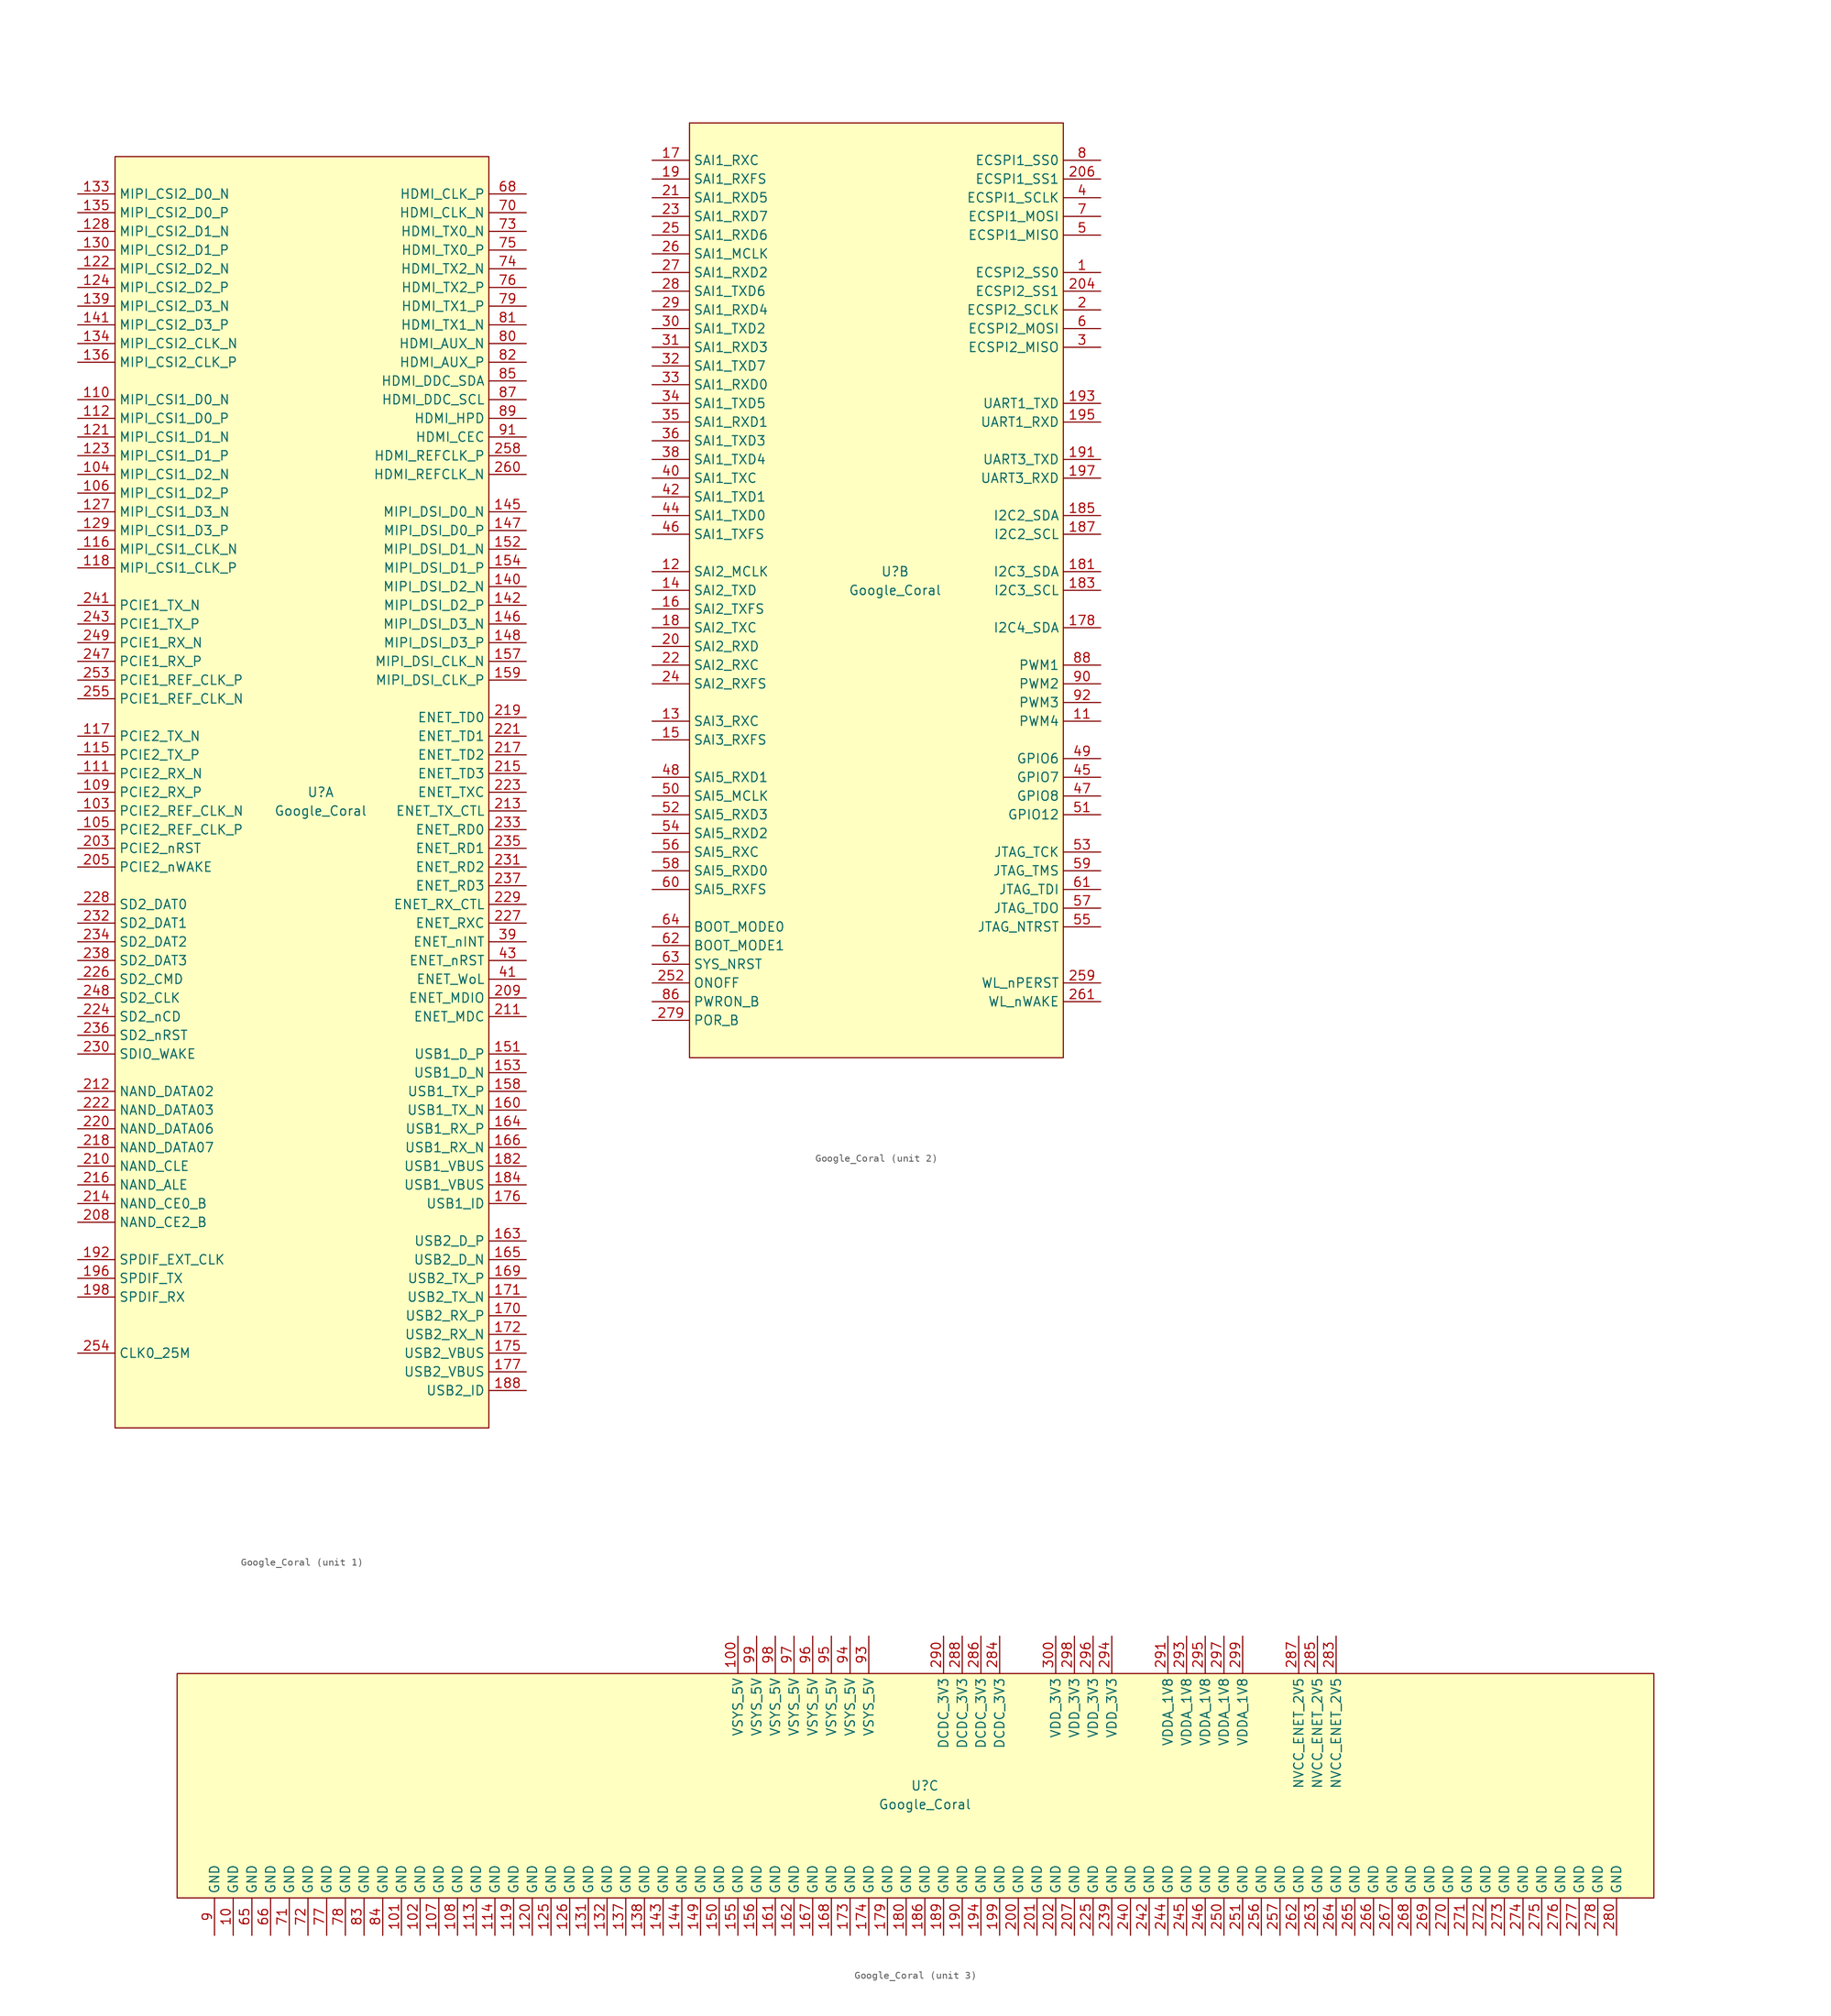
<source format=kicad_sym>
(kicad_symbol_lib
  (version 20211014)
  (generator kicad_symbol_editor)
  (symbol "Google_Coral"
    (property "Reference" "U"
      (at 2.54 0 0)
      (effects (font (size 1.27 1.27))))
    (property "Value" "Google_Coral"
      (at 2.54 -2.54 0)
      (effects (font (size 1.27 1.27))))
    (property "ki_locked" ""
      (at 0 0 0)
      (effects (font (size 1.27 1.27))))
    (symbol "Google_Coral_1_1"
      (rectangle (start -25.4 86.36) (end 25.4 -86.36) (stroke (width 0) (type default) (color 0 0 0 0)) (fill (type background)))
      (pin bidirectional line (at -30.48 -2.54 0) (length 5.08) (name "PCIE2_REF_CLK_N" (effects (font (size 1.27 1.27)))) (number "103" (effects (font (size 1.27 1.27)))))
      (pin bidirectional line (at -30.48 43.18 0) (length 5.08) (name "MIPI_CSI1_D2_N" (effects (font (size 1.27 1.27)))) (number "104" (effects (font (size 1.27 1.27)))))
      (pin bidirectional line (at -30.48 -5.08 0) (length 5.08) (name "PCIE2_REF_CLK_P" (effects (font (size 1.27 1.27)))) (number "105" (effects (font (size 1.27 1.27)))))
      (pin bidirectional line (at -30.48 40.64 0) (length 5.08) (name "MIPI_CSI1_D2_P" (effects (font (size 1.27 1.27)))) (number "106" (effects (font (size 1.27 1.27)))))
      (pin bidirectional line (at -30.48 0 0) (length 5.08) (name "PCIE2_RX_P" (effects (font (size 1.27 1.27)))) (number "109" (effects (font (size 1.27 1.27)))))
      (pin bidirectional line (at -30.48 53.34 0) (length 5.08) (name "MIPI_CSI1_D0_N" (effects (font (size 1.27 1.27)))) (number "110" (effects (font (size 1.27 1.27)))))
      (pin bidirectional line (at -30.48 2.54 0) (length 5.08) (name "PCIE2_RX_N" (effects (font (size 1.27 1.27)))) (number "111" (effects (font (size 1.27 1.27)))))
      (pin bidirectional line (at -30.48 50.8 0) (length 5.08) (name "MIPI_CSI1_D0_P" (effects (font (size 1.27 1.27)))) (number "112" (effects (font (size 1.27 1.27)))))
      (pin bidirectional line (at -30.48 5.08 0) (length 5.08) (name "PCIE2_TX_P" (effects (font (size 1.27 1.27)))) (number "115" (effects (font (size 1.27 1.27)))))
      (pin bidirectional line (at -30.48 33.02 0) (length 5.08) (name "MIPI_CSI1_CLK_N" (effects (font (size 1.27 1.27)))) (number "116" (effects (font (size 1.27 1.27)))))
      (pin bidirectional line (at -30.48 7.62 0) (length 5.08) (name "PCIE2_TX_N" (effects (font (size 1.27 1.27)))) (number "117" (effects (font (size 1.27 1.27)))))
      (pin bidirectional line (at -30.48 30.48 0) (length 5.08) (name "MIPI_CSI1_CLK_P" (effects (font (size 1.27 1.27)))) (number "118" (effects (font (size 1.27 1.27)))))
      (pin bidirectional line (at -30.48 48.26 0) (length 5.08) (name "MIPI_CSI1_D1_N" (effects (font (size 1.27 1.27)))) (number "121" (effects (font (size 1.27 1.27)))))
      (pin bidirectional line (at -30.48 71.12 0) (length 5.08) (name "MIPI_CSI2_D2_N" (effects (font (size 1.27 1.27)))) (number "122" (effects (font (size 1.27 1.27)))))
      (pin bidirectional line (at -30.48 45.72 0) (length 5.08) (name "MIPI_CSI1_D1_P" (effects (font (size 1.27 1.27)))) (number "123" (effects (font (size 1.27 1.27)))))
      (pin bidirectional line (at -30.48 68.58 0) (length 5.08) (name "MIPI_CSI2_D2_P" (effects (font (size 1.27 1.27)))) (number "124" (effects (font (size 1.27 1.27)))))
      (pin bidirectional line (at -30.48 38.1 0) (length 5.08) (name "MIPI_CSI1_D3_N" (effects (font (size 1.27 1.27)))) (number "127" (effects (font (size 1.27 1.27)))))
      (pin bidirectional line (at -30.48 76.2 0) (length 5.08) (name "MIPI_CSI2_D1_N" (effects (font (size 1.27 1.27)))) (number "128" (effects (font (size 1.27 1.27)))))
      (pin bidirectional line (at -30.48 35.56 0) (length 5.08) (name "MIPI_CSI1_D3_P" (effects (font (size 1.27 1.27)))) (number "129" (effects (font (size 1.27 1.27)))))
      (pin bidirectional line (at -30.48 73.66 0) (length 5.08) (name "MIPI_CSI2_D1_P" (effects (font (size 1.27 1.27)))) (number "130" (effects (font (size 1.27 1.27)))))
      (pin bidirectional line (at -30.48 81.28 0) (length 5.08) (name "MIPI_CSI2_D0_N" (effects (font (size 1.27 1.27)))) (number "133" (effects (font (size 1.27 1.27)))))
      (pin bidirectional line (at -30.48 60.96 0) (length 5.08) (name "MIPI_CSI2_CLK_N" (effects (font (size 1.27 1.27)))) (number "134" (effects (font (size 1.27 1.27)))))
      (pin bidirectional line (at -30.48 78.74 0) (length 5.08) (name "MIPI_CSI2_D0_P" (effects (font (size 1.27 1.27)))) (number "135" (effects (font (size 1.27 1.27)))))
      (pin bidirectional line (at -30.48 58.42 0) (length 5.08) (name "MIPI_CSI2_CLK_P" (effects (font (size 1.27 1.27)))) (number "136" (effects (font (size 1.27 1.27)))))
      (pin bidirectional line (at -30.48 66.04 0) (length 5.08) (name "MIPI_CSI2_D3_N" (effects (font (size 1.27 1.27)))) (number "139" (effects (font (size 1.27 1.27)))))
      (pin bidirectional line (at 30.48 27.94 180) (length 5.08) (name "MIPI_DSI_D2_N" (effects (font (size 1.27 1.27)))) (number "140" (effects (font (size 1.27 1.27)))))
      (pin bidirectional line (at -30.48 63.5 0) (length 5.08) (name "MIPI_CSI2_D3_P" (effects (font (size 1.27 1.27)))) (number "141" (effects (font (size 1.27 1.27)))))
      (pin bidirectional line (at 30.48 25.4 180) (length 5.08) (name "MIPI_DSI_D2_P" (effects (font (size 1.27 1.27)))) (number "142" (effects (font (size 1.27 1.27)))))
      (pin bidirectional line (at 30.48 38.1 180) (length 5.08) (name "MIPI_DSI_D0_N" (effects (font (size 1.27 1.27)))) (number "145" (effects (font (size 1.27 1.27)))))
      (pin bidirectional line (at 30.48 22.86 180) (length 5.08) (name "MIPI_DSI_D3_N" (effects (font (size 1.27 1.27)))) (number "146" (effects (font (size 1.27 1.27)))))
      (pin bidirectional line (at 30.48 35.56 180) (length 5.08) (name "MIPI_DSI_D0_P" (effects (font (size 1.27 1.27)))) (number "147" (effects (font (size 1.27 1.27)))))
      (pin bidirectional line (at 30.48 20.32 180) (length 5.08) (name "MIPI_DSI_D3_P" (effects (font (size 1.27 1.27)))) (number "148" (effects (font (size 1.27 1.27)))))
      (pin bidirectional line (at 30.48 -35.56 180) (length 5.08) (name "USB1_D_P" (effects (font (size 1.27 1.27)))) (number "151" (effects (font (size 1.27 1.27)))))
      (pin bidirectional line (at 30.48 33.02 180) (length 5.08) (name "MIPI_DSI_D1_N" (effects (font (size 1.27 1.27)))) (number "152" (effects (font (size 1.27 1.27)))))
      (pin bidirectional line (at 30.48 -38.1 180) (length 5.08) (name "USB1_D_N" (effects (font (size 1.27 1.27)))) (number "153" (effects (font (size 1.27 1.27)))))
      (pin bidirectional line (at 30.48 30.48 180) (length 5.08) (name "MIPI_DSI_D1_P" (effects (font (size 1.27 1.27)))) (number "154" (effects (font (size 1.27 1.27)))))
      (pin bidirectional line (at 30.48 17.78 180) (length 5.08) (name "MIPI_DSI_CLK_N" (effects (font (size 1.27 1.27)))) (number "157" (effects (font (size 1.27 1.27)))))
      (pin bidirectional line (at 30.48 -40.64 180) (length 5.08) (name "USB1_TX_P" (effects (font (size 1.27 1.27)))) (number "158" (effects (font (size 1.27 1.27)))))
      (pin bidirectional line (at 30.48 15.24 180) (length 5.08) (name "MIPI_DSI_CLK_P" (effects (font (size 1.27 1.27)))) (number "159" (effects (font (size 1.27 1.27)))))
      (pin bidirectional line (at 30.48 -43.18 180) (length 5.08) (name "USB1_TX_N" (effects (font (size 1.27 1.27)))) (number "160" (effects (font (size 1.27 1.27)))))
      (pin bidirectional line (at 30.48 -60.96 180) (length 5.08) (name "USB2_D_P" (effects (font (size 1.27 1.27)))) (number "163" (effects (font (size 1.27 1.27)))))
      (pin bidirectional line (at 30.48 -45.72 180) (length 5.08) (name "USB1_RX_P" (effects (font (size 1.27 1.27)))) (number "164" (effects (font (size 1.27 1.27)))))
      (pin bidirectional line (at 30.48 -63.5 180) (length 5.08) (name "USB2_D_N" (effects (font (size 1.27 1.27)))) (number "165" (effects (font (size 1.27 1.27)))))
      (pin bidirectional line (at 30.48 -48.26 180) (length 5.08) (name "USB1_RX_N" (effects (font (size 1.27 1.27)))) (number "166" (effects (font (size 1.27 1.27)))))
      (pin bidirectional line (at 30.48 -66.04 180) (length 5.08) (name "USB2_TX_P" (effects (font (size 1.27 1.27)))) (number "169" (effects (font (size 1.27 1.27)))))
      (pin bidirectional line (at 30.48 -71.12 180) (length 5.08) (name "USB2_RX_P" (effects (font (size 1.27 1.27)))) (number "170" (effects (font (size 1.27 1.27)))))
      (pin bidirectional line (at 30.48 -68.58 180) (length 5.08) (name "USB2_TX_N" (effects (font (size 1.27 1.27)))) (number "171" (effects (font (size 1.27 1.27)))))
      (pin bidirectional line (at 30.48 -73.66 180) (length 5.08) (name "USB2_RX_N" (effects (font (size 1.27 1.27)))) (number "172" (effects (font (size 1.27 1.27)))))
      (pin bidirectional line (at 30.48 -76.2 180) (length 5.08) (name "USB2_VBUS" (effects (font (size 1.27 1.27)))) (number "175" (effects (font (size 1.27 1.27)))))
      (pin bidirectional line (at 30.48 -55.88 180) (length 5.08) (name "USB1_ID" (effects (font (size 1.27 1.27)))) (number "176" (effects (font (size 1.27 1.27)))))
      (pin bidirectional line (at 30.48 -78.74 180) (length 5.08) (name "USB2_VBUS" (effects (font (size 1.27 1.27)))) (number "177" (effects (font (size 1.27 1.27)))))
      (pin bidirectional line (at 30.48 -50.8 180) (length 5.08) (name "USB1_VBUS" (effects (font (size 1.27 1.27)))) (number "182" (effects (font (size 1.27 1.27)))))
      (pin bidirectional line (at 30.48 -53.34 180) (length 5.08) (name "USB1_VBUS" (effects (font (size 1.27 1.27)))) (number "184" (effects (font (size 1.27 1.27)))))
      (pin bidirectional line (at 30.48 -81.28 180) (length 5.08) (name "USB2_ID" (effects (font (size 1.27 1.27)))) (number "188" (effects (font (size 1.27 1.27)))))
      (pin bidirectional line (at -30.48 -63.5 0) (length 5.08) (name "SPDIF_EXT_CLK" (effects (font (size 1.27 1.27)))) (number "192" (effects (font (size 1.27 1.27)))))
      (pin bidirectional line (at -30.48 -66.04 0) (length 5.08) (name "SPDIF_TX" (effects (font (size 1.27 1.27)))) (number "196" (effects (font (size 1.27 1.27)))))
      (pin bidirectional line (at -30.48 -68.58 0) (length 5.08) (name "SPDIF_RX" (effects (font (size 1.27 1.27)))) (number "198" (effects (font (size 1.27 1.27)))))
      (pin bidirectional line (at -30.48 -7.62 0) (length 5.08) (name "PCIE2_nRST" (effects (font (size 1.27 1.27)))) (number "203" (effects (font (size 1.27 1.27)))))
      (pin bidirectional line (at -30.48 -10.16 0) (length 5.08) (name "PCIE2_nWAKE" (effects (font (size 1.27 1.27)))) (number "205" (effects (font (size 1.27 1.27)))))
      (pin bidirectional line (at -30.48 -58.42 0) (length 5.08) (name "NAND_CE2_B" (effects (font (size 1.27 1.27)))) (number "208" (effects (font (size 1.27 1.27)))))
      (pin bidirectional line (at 30.48 -27.94 180) (length 5.08) (name "ENET_MDIO" (effects (font (size 1.27 1.27)))) (number "209" (effects (font (size 1.27 1.27)))))
      (pin bidirectional line (at -30.48 -50.8 0) (length 5.08) (name "NAND_CLE" (effects (font (size 1.27 1.27)))) (number "210" (effects (font (size 1.27 1.27)))))
      (pin bidirectional line (at 30.48 -30.48 180) (length 5.08) (name "ENET_MDC" (effects (font (size 1.27 1.27)))) (number "211" (effects (font (size 1.27 1.27)))))
      (pin bidirectional line (at -30.48 -40.64 0) (length 5.08) (name "NAND_DATA02" (effects (font (size 1.27 1.27)))) (number "212" (effects (font (size 1.27 1.27)))))
      (pin bidirectional line (at 30.48 -2.54 180) (length 5.08) (name "ENET_TX_CTL" (effects (font (size 1.27 1.27)))) (number "213" (effects (font (size 1.27 1.27)))))
      (pin bidirectional line (at -30.48 -55.88 0) (length 5.08) (name "NAND_CE0_B" (effects (font (size 1.27 1.27)))) (number "214" (effects (font (size 1.27 1.27)))))
      (pin bidirectional line (at 30.48 2.54 180) (length 5.08) (name "ENET_TD3" (effects (font (size 1.27 1.27)))) (number "215" (effects (font (size 1.27 1.27)))))
      (pin bidirectional line (at -30.48 -53.34 0) (length 5.08) (name "NAND_ALE" (effects (font (size 1.27 1.27)))) (number "216" (effects (font (size 1.27 1.27)))))
      (pin bidirectional line (at 30.48 5.08 180) (length 5.08) (name "ENET_TD2" (effects (font (size 1.27 1.27)))) (number "217" (effects (font (size 1.27 1.27)))))
      (pin bidirectional line (at -30.48 -48.26 0) (length 5.08) (name "NAND_DATA07" (effects (font (size 1.27 1.27)))) (number "218" (effects (font (size 1.27 1.27)))))
      (pin bidirectional line (at 30.48 10.16 180) (length 5.08) (name "ENET_TD0" (effects (font (size 1.27 1.27)))) (number "219" (effects (font (size 1.27 1.27)))))
      (pin bidirectional line (at -30.48 -45.72 0) (length 5.08) (name "NAND_DATA06" (effects (font (size 1.27 1.27)))) (number "220" (effects (font (size 1.27 1.27)))))
      (pin bidirectional line (at 30.48 7.62 180) (length 5.08) (name "ENET_TD1" (effects (font (size 1.27 1.27)))) (number "221" (effects (font (size 1.27 1.27)))))
      (pin bidirectional line (at -30.48 -43.18 0) (length 5.08) (name "NAND_DATA03" (effects (font (size 1.27 1.27)))) (number "222" (effects (font (size 1.27 1.27)))))
      (pin bidirectional line (at 30.48 0 180) (length 5.08) (name "ENET_TXC" (effects (font (size 1.27 1.27)))) (number "223" (effects (font (size 1.27 1.27)))))
      (pin bidirectional line (at -30.48 -30.48 0) (length 5.08) (name "SD2_nCD" (effects (font (size 1.27 1.27)))) (number "224" (effects (font (size 1.27 1.27)))))
      (pin bidirectional line (at -30.48 -25.4 0) (length 5.08) (name "SD2_CMD" (effects (font (size 1.27 1.27)))) (number "226" (effects (font (size 1.27 1.27)))))
      (pin bidirectional line (at 30.48 -17.78 180) (length 5.08) (name "ENET_RXC" (effects (font (size 1.27 1.27)))) (number "227" (effects (font (size 1.27 1.27)))))
      (pin bidirectional line (at -30.48 -15.24 0) (length 5.08) (name "SD2_DAT0" (effects (font (size 1.27 1.27)))) (number "228" (effects (font (size 1.27 1.27)))))
      (pin bidirectional line (at 30.48 -15.24 180) (length 5.08) (name "ENET_RX_CTL" (effects (font (size 1.27 1.27)))) (number "229" (effects (font (size 1.27 1.27)))))
      (pin bidirectional line (at -30.48 -35.56 0) (length 5.08) (name "SDIO_WAKE" (effects (font (size 1.27 1.27)))) (number "230" (effects (font (size 1.27 1.27)))))
      (pin bidirectional line (at 30.48 -10.16 180) (length 5.08) (name "ENET_RD2" (effects (font (size 1.27 1.27)))) (number "231" (effects (font (size 1.27 1.27)))))
      (pin bidirectional line (at -30.48 -17.78 0) (length 5.08) (name "SD2_DAT1" (effects (font (size 1.27 1.27)))) (number "232" (effects (font (size 1.27 1.27)))))
      (pin bidirectional line (at 30.48 -5.08 180) (length 5.08) (name "ENET_RD0" (effects (font (size 1.27 1.27)))) (number "233" (effects (font (size 1.27 1.27)))))
      (pin bidirectional line (at -30.48 -20.32 0) (length 5.08) (name "SD2_DAT2" (effects (font (size 1.27 1.27)))) (number "234" (effects (font (size 1.27 1.27)))))
      (pin bidirectional line (at 30.48 -7.62 180) (length 5.08) (name "ENET_RD1" (effects (font (size 1.27 1.27)))) (number "235" (effects (font (size 1.27 1.27)))))
      (pin bidirectional line (at -30.48 -33.02 0) (length 5.08) (name "SD2_nRST" (effects (font (size 1.27 1.27)))) (number "236" (effects (font (size 1.27 1.27)))))
      (pin bidirectional line (at 30.48 -12.7 180) (length 5.08) (name "ENET_RD3" (effects (font (size 1.27 1.27)))) (number "237" (effects (font (size 1.27 1.27)))))
      (pin bidirectional line (at -30.48 -22.86 0) (length 5.08) (name "SD2_DAT3" (effects (font (size 1.27 1.27)))) (number "238" (effects (font (size 1.27 1.27)))))
      (pin bidirectional line (at -30.48 25.4 0) (length 5.08) (name "PCIE1_TX_N" (effects (font (size 1.27 1.27)))) (number "241" (effects (font (size 1.27 1.27)))))
      (pin bidirectional line (at -30.48 22.86 0) (length 5.08) (name "PCIE1_TX_P" (effects (font (size 1.27 1.27)))) (number "243" (effects (font (size 1.27 1.27)))))
      (pin bidirectional line (at -30.48 17.78 0) (length 5.08) (name "PCIE1_RX_P" (effects (font (size 1.27 1.27)))) (number "247" (effects (font (size 1.27 1.27)))))
      (pin bidirectional line (at -30.48 -27.94 0) (length 5.08) (name "SD2_CLK" (effects (font (size 1.27 1.27)))) (number "248" (effects (font (size 1.27 1.27)))))
      (pin bidirectional line (at -30.48 20.32 0) (length 5.08) (name "PCIE1_RX_N" (effects (font (size 1.27 1.27)))) (number "249" (effects (font (size 1.27 1.27)))))
      (pin bidirectional line (at -30.48 15.24 0) (length 5.08) (name "PCIE1_REF_CLK_P" (effects (font (size 1.27 1.27)))) (number "253" (effects (font (size 1.27 1.27)))))
      (pin bidirectional line (at -30.48 -76.2 0) (length 5.08) (name "CLK0_25M" (effects (font (size 1.27 1.27)))) (number "254" (effects (font (size 1.27 1.27)))))
      (pin bidirectional line (at -30.48 12.7 0) (length 5.08) (name "PCIE1_REF_CLK_N" (effects (font (size 1.27 1.27)))) (number "255" (effects (font (size 1.27 1.27)))))
      (pin bidirectional line (at 30.48 45.72 180) (length 5.08) (name "HDMI_REFCLK_P" (effects (font (size 1.27 1.27)))) (number "258" (effects (font (size 1.27 1.27)))))
      (pin bidirectional line (at 30.48 43.18 180) (length 5.08) (name "HDMI_REFCLK_N" (effects (font (size 1.27 1.27)))) (number "260" (effects (font (size 1.27 1.27)))))
      (pin input line (at 30.48 -20.32 180) (length 5.08) (name "ENET_nINT" (effects (font (size 1.27 1.27)))) (number "39" (effects (font (size 1.27 1.27)))))
      (pin input line (at 30.48 -25.4 180) (length 5.08) (name "ENET_WoL" (effects (font (size 1.27 1.27)))) (number "41" (effects (font (size 1.27 1.27)))))
      (pin output line (at 30.48 -22.86 180) (length 5.08) (name "ENET_nRST" (effects (font (size 1.27 1.27)))) (number "43" (effects (font (size 1.27 1.27)))))
      (pin output line (at 30.48 81.28 180) (length 5.08) (name "HDMI_CLK_P" (effects (font (size 1.27 1.27)))) (number "68" (effects (font (size 1.27 1.27)))))
      (pin output line (at 30.48 78.74 180) (length 5.08) (name "HDMI_CLK_N" (effects (font (size 1.27 1.27)))) (number "70" (effects (font (size 1.27 1.27)))))
      (pin output line (at 30.48 76.2 180) (length 5.08) (name "HDMI_TX0_N" (effects (font (size 1.27 1.27)))) (number "73" (effects (font (size 1.27 1.27)))))
      (pin output line (at 30.48 71.12 180) (length 5.08) (name "HDMI_TX2_N" (effects (font (size 1.27 1.27)))) (number "74" (effects (font (size 1.27 1.27)))))
      (pin output line (at 30.48 73.66 180) (length 5.08) (name "HDMI_TX0_P" (effects (font (size 1.27 1.27)))) (number "75" (effects (font (size 1.27 1.27)))))
      (pin output line (at 30.48 68.58 180) (length 5.08) (name "HDMI_TX2_P" (effects (font (size 1.27 1.27)))) (number "76" (effects (font (size 1.27 1.27)))))
      (pin output line (at 30.48 66.04 180) (length 5.08) (name "HDMI_TX1_P" (effects (font (size 1.27 1.27)))) (number "79" (effects (font (size 1.27 1.27)))))
      (pin output line (at 30.48 60.96 180) (length 5.08) (name "HDMI_AUX_N" (effects (font (size 1.27 1.27)))) (number "80" (effects (font (size 1.27 1.27)))))
      (pin output line (at 30.48 63.5 180) (length 5.08) (name "HDMI_TX1_N" (effects (font (size 1.27 1.27)))) (number "81" (effects (font (size 1.27 1.27)))))
      (pin output line (at 30.48 58.42 180) (length 5.08) (name "HDMI_AUX_P" (effects (font (size 1.27 1.27)))) (number "82" (effects (font (size 1.27 1.27)))))
      (pin output line (at 30.48 55.88 180) (length 5.08) (name "HDMI_DDC_SDA" (effects (font (size 1.27 1.27)))) (number "85" (effects (font (size 1.27 1.27)))))
      (pin output line (at 30.48 53.34 180) (length 5.08) (name "HDMI_DDC_SCL" (effects (font (size 1.27 1.27)))) (number "87" (effects (font (size 1.27 1.27)))))
      (pin output line (at 30.48 50.8 180) (length 5.08) (name "HDMI_HPD" (effects (font (size 1.27 1.27)))) (number "89" (effects (font (size 1.27 1.27)))))
      (pin output line (at 30.48 48.26 180) (length 5.08) (name "HDMI_CEC" (effects (font (size 1.27 1.27)))) (number "91" (effects (font (size 1.27 1.27))))))
    (symbol "Google_Coral_2_1"
      (rectangle (start -25.4 60.96) (end 25.4 -66.04) (stroke (width 0) (type default) (color 0 0 0 0)) (fill (type background)))
      (pin bidirectional line (at 30.48 40.64 180) (length 5.08) (name "ECSPI2_SS0" (effects (font (size 1.27 1.27)))) (number "1" (effects (font (size 1.27 1.27)))))
      (pin output line (at 30.48 -20.32 180) (length 5.08) (name "PWM4" (effects (font (size 1.27 1.27)))) (number "11" (effects (font (size 1.27 1.27)))))
      (pin bidirectional line (at -30.48 0 0) (length 5.08) (name "SAI2_MCLK" (effects (font (size 1.27 1.27)))) (number "12" (effects (font (size 1.27 1.27)))))
      (pin bidirectional line (at -30.48 -20.32 0) (length 5.08) (name "SAI3_RXC" (effects (font (size 1.27 1.27)))) (number "13" (effects (font (size 1.27 1.27)))))
      (pin bidirectional line (at -30.48 -2.54 0) (length 5.08) (name "SAI2_TXD" (effects (font (size 1.27 1.27)))) (number "14" (effects (font (size 1.27 1.27)))))
      (pin bidirectional line (at -30.48 -22.86 0) (length 5.08) (name "SAI3_RXFS" (effects (font (size 1.27 1.27)))) (number "15" (effects (font (size 1.27 1.27)))))
      (pin bidirectional line (at -30.48 -5.08 0) (length 5.08) (name "SAI2_TXFS" (effects (font (size 1.27 1.27)))) (number "16" (effects (font (size 1.27 1.27)))))
      (pin bidirectional line (at -30.48 55.88 0) (length 5.08) (name "SAI1_RXC" (effects (font (size 1.27 1.27)))) (number "17" (effects (font (size 1.27 1.27)))))
      (pin bidirectional line (at 30.48 -7.62 180) (length 5.08) (name "I2C4_SDA" (effects (font (size 1.27 1.27)))) (number "178" (effects (font (size 1.27 1.27)))))
      (pin bidirectional line (at -30.48 -7.62 0) (length 5.08) (name "SAI2_TXC" (effects (font (size 1.27 1.27)))) (number "18" (effects (font (size 1.27 1.27)))))
      (pin bidirectional line (at 30.48 0 180) (length 5.08) (name "I2C3_SDA" (effects (font (size 1.27 1.27)))) (number "181" (effects (font (size 1.27 1.27)))))
      (pin bidirectional line (at 30.48 -2.54 180) (length 5.08) (name "I2C3_SCL" (effects (font (size 1.27 1.27)))) (number "183" (effects (font (size 1.27 1.27)))))
      (pin bidirectional line (at 30.48 7.62 180) (length 5.08) (name "I2C2_SDA" (effects (font (size 1.27 1.27)))) (number "185" (effects (font (size 1.27 1.27)))))
      (pin bidirectional line (at 30.48 5.08 180) (length 5.08) (name "I2C2_SCL" (effects (font (size 1.27 1.27)))) (number "187" (effects (font (size 1.27 1.27)))))
      (pin bidirectional line (at -30.48 53.34 0) (length 5.08) (name "SAI1_RXFS" (effects (font (size 1.27 1.27)))) (number "19" (effects (font (size 1.27 1.27)))))
      (pin bidirectional line (at 30.48 15.24 180) (length 5.08) (name "UART3_TXD" (effects (font (size 1.27 1.27)))) (number "191" (effects (font (size 1.27 1.27)))))
      (pin bidirectional line (at 30.48 22.86 180) (length 5.08) (name "UART1_TXD" (effects (font (size 1.27 1.27)))) (number "193" (effects (font (size 1.27 1.27)))))
      (pin bidirectional line (at 30.48 20.32 180) (length 5.08) (name "UART1_RXD" (effects (font (size 1.27 1.27)))) (number "195" (effects (font (size 1.27 1.27)))))
      (pin bidirectional line (at 30.48 12.7 180) (length 5.08) (name "UART3_RXD" (effects (font (size 1.27 1.27)))) (number "197" (effects (font (size 1.27 1.27)))))
      (pin bidirectional line (at 30.48 35.56 180) (length 5.08) (name "ECSPI2_SCLK" (effects (font (size 1.27 1.27)))) (number "2" (effects (font (size 1.27 1.27)))))
      (pin bidirectional line (at -30.48 -10.16 0) (length 5.08) (name "SAI2_RXD" (effects (font (size 1.27 1.27)))) (number "20" (effects (font (size 1.27 1.27)))))
      (pin bidirectional line (at 30.48 38.1 180) (length 5.08) (name "ECSPI2_SS1" (effects (font (size 1.27 1.27)))) (number "204" (effects (font (size 1.27 1.27)))))
      (pin bidirectional line (at 30.48 53.34 180) (length 5.08) (name "ECSPI1_SS1" (effects (font (size 1.27 1.27)))) (number "206" (effects (font (size 1.27 1.27)))))
      (pin bidirectional line (at -30.48 50.8 0) (length 5.08) (name "SAI1_RXD5" (effects (font (size 1.27 1.27)))) (number "21" (effects (font (size 1.27 1.27)))))
      (pin bidirectional line (at -30.48 -12.7 0) (length 5.08) (name "SAI2_RXC" (effects (font (size 1.27 1.27)))) (number "22" (effects (font (size 1.27 1.27)))))
      (pin bidirectional line (at -30.48 48.26 0) (length 5.08) (name "SAI1_RXD7" (effects (font (size 1.27 1.27)))) (number "23" (effects (font (size 1.27 1.27)))))
      (pin bidirectional line (at -30.48 -15.24 0) (length 5.08) (name "SAI2_RXFS" (effects (font (size 1.27 1.27)))) (number "24" (effects (font (size 1.27 1.27)))))
      (pin bidirectional line (at -30.48 45.72 0) (length 5.08) (name "SAI1_RXD6" (effects (font (size 1.27 1.27)))) (number "25" (effects (font (size 1.27 1.27)))))
      (pin bidirectional line (at -30.48 -55.88 0) (length 5.08) (name "ONOFF" (effects (font (size 1.27 1.27)))) (number "252" (effects (font (size 1.27 1.27)))))
      (pin bidirectional line (at 30.48 -55.88 180) (length 5.08) (name "WL_nPERST" (effects (font (size 1.27 1.27)))) (number "259" (effects (font (size 1.27 1.27)))))
      (pin bidirectional line (at -30.48 43.18 0) (length 5.08) (name "SAI1_MCLK" (effects (font (size 1.27 1.27)))) (number "26" (effects (font (size 1.27 1.27)))))
      (pin bidirectional line (at 30.48 -58.42 180) (length 5.08) (name "WL_nWAKE" (effects (font (size 1.27 1.27)))) (number "261" (effects (font (size 1.27 1.27)))))
      (pin bidirectional line (at -30.48 40.64 0) (length 5.08) (name "SAI1_RXD2" (effects (font (size 1.27 1.27)))) (number "27" (effects (font (size 1.27 1.27)))))
      (pin bidirectional line (at -30.48 -60.96 0) (length 5.08) (name "POR_B" (effects (font (size 1.27 1.27)))) (number "279" (effects (font (size 1.27 1.27)))))
      (pin bidirectional line (at -30.48 38.1 0) (length 5.08) (name "SAI1_TXD6" (effects (font (size 1.27 1.27)))) (number "28" (effects (font (size 1.27 1.27)))))
      (pin bidirectional line (at -30.48 35.56 0) (length 5.08) (name "SAI1_RXD4" (effects (font (size 1.27 1.27)))) (number "29" (effects (font (size 1.27 1.27)))))
      (pin bidirectional line (at 30.48 30.48 180) (length 5.08) (name "ECSPI2_MISO" (effects (font (size 1.27 1.27)))) (number "3" (effects (font (size 1.27 1.27)))))
      (pin bidirectional line (at -30.48 33.02 0) (length 5.08) (name "SAI1_TXD2" (effects (font (size 1.27 1.27)))) (number "30" (effects (font (size 1.27 1.27)))))
      (pin bidirectional line (at -30.48 30.48 0) (length 5.08) (name "SAI1_RXD3" (effects (font (size 1.27 1.27)))) (number "31" (effects (font (size 1.27 1.27)))))
      (pin bidirectional line (at -30.48 27.94 0) (length 5.08) (name "SAI1_TXD7" (effects (font (size 1.27 1.27)))) (number "32" (effects (font (size 1.27 1.27)))))
      (pin bidirectional line (at -30.48 25.4 0) (length 5.08) (name "SAI1_RXD0" (effects (font (size 1.27 1.27)))) (number "33" (effects (font (size 1.27 1.27)))))
      (pin bidirectional line (at -30.48 22.86 0) (length 5.08) (name "SAI1_TXD5" (effects (font (size 1.27 1.27)))) (number "34" (effects (font (size 1.27 1.27)))))
      (pin bidirectional line (at -30.48 20.32 0) (length 5.08) (name "SAI1_RXD1" (effects (font (size 1.27 1.27)))) (number "35" (effects (font (size 1.27 1.27)))))
      (pin bidirectional line (at -30.48 17.78 0) (length 5.08) (name "SAI1_TXD3" (effects (font (size 1.27 1.27)))) (number "36" (effects (font (size 1.27 1.27)))))
      (pin bidirectional line (at -30.48 15.24 0) (length 5.08) (name "SAI1_TXD4" (effects (font (size 1.27 1.27)))) (number "38" (effects (font (size 1.27 1.27)))))
      (pin bidirectional line (at 30.48 50.8 180) (length 5.08) (name "ECSPI1_SCLK" (effects (font (size 1.27 1.27)))) (number "4" (effects (font (size 1.27 1.27)))))
      (pin bidirectional line (at -30.48 12.7 0) (length 5.08) (name "SAI1_TXC" (effects (font (size 1.27 1.27)))) (number "40" (effects (font (size 1.27 1.27)))))
      (pin bidirectional line (at -30.48 10.16 0) (length 5.08) (name "SAI1_TXD1" (effects (font (size 1.27 1.27)))) (number "42" (effects (font (size 1.27 1.27)))))
      (pin bidirectional line (at -30.48 7.62 0) (length 5.08) (name "SAI1_TXD0" (effects (font (size 1.27 1.27)))) (number "44" (effects (font (size 1.27 1.27)))))
      (pin bidirectional line (at 30.48 -27.94 180) (length 5.08) (name "GPIO7" (effects (font (size 1.27 1.27)))) (number "45" (effects (font (size 1.27 1.27)))))
      (pin bidirectional line (at -30.48 5.08 0) (length 5.08) (name "SAI1_TXFS" (effects (font (size 1.27 1.27)))) (number "46" (effects (font (size 1.27 1.27)))))
      (pin bidirectional line (at 30.48 -30.48 180) (length 5.08) (name "GPIO8" (effects (font (size 1.27 1.27)))) (number "47" (effects (font (size 1.27 1.27)))))
      (pin bidirectional line (at -30.48 -27.94 0) (length 5.08) (name "SAI5_RXD1" (effects (font (size 1.27 1.27)))) (number "48" (effects (font (size 1.27 1.27)))))
      (pin bidirectional line (at 30.48 -25.4 180) (length 5.08) (name "GPIO6" (effects (font (size 1.27 1.27)))) (number "49" (effects (font (size 1.27 1.27)))))
      (pin bidirectional line (at 30.48 45.72 180) (length 5.08) (name "ECSPI1_MISO" (effects (font (size 1.27 1.27)))) (number "5" (effects (font (size 1.27 1.27)))))
      (pin bidirectional line (at -30.48 -30.48 0) (length 5.08) (name "SAI5_MCLK" (effects (font (size 1.27 1.27)))) (number "50" (effects (font (size 1.27 1.27)))))
      (pin bidirectional line (at 30.48 -33.02 180) (length 5.08) (name "GPIO12" (effects (font (size 1.27 1.27)))) (number "51" (effects (font (size 1.27 1.27)))))
      (pin bidirectional line (at -30.48 -33.02 0) (length 5.08) (name "SAI5_RXD3" (effects (font (size 1.27 1.27)))) (number "52" (effects (font (size 1.27 1.27)))))
      (pin input line (at 30.48 -38.1 180) (length 5.08) (name "JTAG_TCK" (effects (font (size 1.27 1.27)))) (number "53" (effects (font (size 1.27 1.27)))))
      (pin bidirectional line (at -30.48 -35.56 0) (length 5.08) (name "SAI5_RXD2" (effects (font (size 1.27 1.27)))) (number "54" (effects (font (size 1.27 1.27)))))
      (pin input line (at 30.48 -48.26 180) (length 5.08) (name "JTAG_NTRST" (effects (font (size 1.27 1.27)))) (number "55" (effects (font (size 1.27 1.27)))))
      (pin bidirectional line (at -30.48 -38.1 0) (length 5.08) (name "SAI5_RXC" (effects (font (size 1.27 1.27)))) (number "56" (effects (font (size 1.27 1.27)))))
      (pin output line (at 30.48 -45.72 180) (length 5.08) (name "JTAG_TDO" (effects (font (size 1.27 1.27)))) (number "57" (effects (font (size 1.27 1.27)))))
      (pin bidirectional line (at -30.48 -40.64 0) (length 5.08) (name "SAI5_RXD0" (effects (font (size 1.27 1.27)))) (number "58" (effects (font (size 1.27 1.27)))))
      (pin input line (at 30.48 -40.64 180) (length 5.08) (name "JTAG_TMS" (effects (font (size 1.27 1.27)))) (number "59" (effects (font (size 1.27 1.27)))))
      (pin bidirectional line (at 30.48 33.02 180) (length 5.08) (name "ECSPI2_MOSI" (effects (font (size 1.27 1.27)))) (number "6" (effects (font (size 1.27 1.27)))))
      (pin bidirectional line (at -30.48 -43.18 0) (length 5.08) (name "SAI5_RXFS" (effects (font (size 1.27 1.27)))) (number "60" (effects (font (size 1.27 1.27)))))
      (pin input line (at 30.48 -43.18 180) (length 5.08) (name "JTAG_TDI" (effects (font (size 1.27 1.27)))) (number "61" (effects (font (size 1.27 1.27)))))
      (pin input line (at -30.48 -50.8 0) (length 5.08) (name "BOOT_MODE1" (effects (font (size 1.27 1.27)))) (number "62" (effects (font (size 1.27 1.27)))))
      (pin input line (at -30.48 -53.34 0) (length 5.08) (name "SYS_NRST" (effects (font (size 1.27 1.27)))) (number "63" (effects (font (size 1.27 1.27)))))
      (pin input line (at -30.48 -48.26 0) (length 5.08) (name "BOOT_MODE0" (effects (font (size 1.27 1.27)))) (number "64" (effects (font (size 1.27 1.27)))))
      (pin bidirectional line (at 30.48 48.26 180) (length 5.08) (name "ECSPI1_MOSI" (effects (font (size 1.27 1.27)))) (number "7" (effects (font (size 1.27 1.27)))))
      (pin bidirectional line (at 30.48 55.88 180) (length 5.08) (name "ECSPI1_SS0" (effects (font (size 1.27 1.27)))) (number "8" (effects (font (size 1.27 1.27)))))
      (pin bidirectional line (at -30.48 -58.42 0) (length 5.08) (name "PWRON_B" (effects (font (size 1.27 1.27)))) (number "86" (effects (font (size 1.27 1.27)))))
      (pin output line (at 30.48 -12.7 180) (length 5.08) (name "PWM1" (effects (font (size 1.27 1.27)))) (number "88" (effects (font (size 1.27 1.27)))))
      (pin output line (at 30.48 -15.24 180) (length 5.08) (name "PWM2" (effects (font (size 1.27 1.27)))) (number "90" (effects (font (size 1.27 1.27)))))
      (pin output line (at 30.48 -17.78 180) (length 5.08) (name "PWM3" (effects (font (size 1.27 1.27)))) (number "92" (effects (font (size 1.27 1.27))))))
    (symbol "Google_Coral_3_1"
      (rectangle (start -99.06 15.24) (end 101.6 -15.24) (stroke (width 0) (type default) (color 0 0 0 0)) (fill (type background)))
      (pin power_in line (at -91.44 -20.32 90) (length 5.08) (name "GND" (effects (font (size 1.27 1.27)))) (number "10" (effects (font (size 1.27 1.27)))))
      (pin power_in line (at -22.86 20.32 270) (length 5.08) (name "VSYS_5V" (effects (font (size 1.27 1.27)))) (number "100" (effects (font (size 1.27 1.27)))))
      (pin power_in line (at -68.58 -20.32 90) (length 5.08) (name "GND" (effects (font (size 1.27 1.27)))) (number "101" (effects (font (size 1.27 1.27)))))
      (pin power_in line (at -66.04 -20.32 90) (length 5.08) (name "GND" (effects (font (size 1.27 1.27)))) (number "102" (effects (font (size 1.27 1.27)))))
      (pin power_in line (at -63.5 -20.32 90) (length 5.08) (name "GND" (effects (font (size 1.27 1.27)))) (number "107" (effects (font (size 1.27 1.27)))))
      (pin power_in line (at -60.96 -20.32 90) (length 5.08) (name "GND" (effects (font (size 1.27 1.27)))) (number "108" (effects (font (size 1.27 1.27)))))
      (pin power_in line (at -58.42 -20.32 90) (length 5.08) (name "GND" (effects (font (size 1.27 1.27)))) (number "113" (effects (font (size 1.27 1.27)))))
      (pin power_in line (at -55.88 -20.32 90) (length 5.08) (name "GND" (effects (font (size 1.27 1.27)))) (number "114" (effects (font (size 1.27 1.27)))))
      (pin power_in line (at -53.34 -20.32 90) (length 5.08) (name "GND" (effects (font (size 1.27 1.27)))) (number "119" (effects (font (size 1.27 1.27)))))
      (pin power_in line (at -50.8 -20.32 90) (length 5.08) (name "GND" (effects (font (size 1.27 1.27)))) (number "120" (effects (font (size 1.27 1.27)))))
      (pin power_in line (at -48.26 -20.32 90) (length 5.08) (name "GND" (effects (font (size 1.27 1.27)))) (number "125" (effects (font (size 1.27 1.27)))))
      (pin power_in line (at -45.72 -20.32 90) (length 5.08) (name "GND" (effects (font (size 1.27 1.27)))) (number "126" (effects (font (size 1.27 1.27)))))
      (pin power_in line (at -43.18 -20.32 90) (length 5.08) (name "GND" (effects (font (size 1.27 1.27)))) (number "131" (effects (font (size 1.27 1.27)))))
      (pin power_in line (at -40.64 -20.32 90) (length 5.08) (name "GND" (effects (font (size 1.27 1.27)))) (number "132" (effects (font (size 1.27 1.27)))))
      (pin power_in line (at -38.1 -20.32 90) (length 5.08) (name "GND" (effects (font (size 1.27 1.27)))) (number "137" (effects (font (size 1.27 1.27)))))
      (pin power_in line (at -35.56 -20.32 90) (length 5.08) (name "GND" (effects (font (size 1.27 1.27)))) (number "138" (effects (font (size 1.27 1.27)))))
      (pin power_in line (at -33.02 -20.32 90) (length 5.08) (name "GND" (effects (font (size 1.27 1.27)))) (number "143" (effects (font (size 1.27 1.27)))))
      (pin power_in line (at -30.48 -20.32 90) (length 5.08) (name "GND" (effects (font (size 1.27 1.27)))) (number "144" (effects (font (size 1.27 1.27)))))
      (pin power_in line (at -27.94 -20.32 90) (length 5.08) (name "GND" (effects (font (size 1.27 1.27)))) (number "149" (effects (font (size 1.27 1.27)))))
      (pin power_in line (at -25.4 -20.32 90) (length 5.08) (name "GND" (effects (font (size 1.27 1.27)))) (number "150" (effects (font (size 1.27 1.27)))))
      (pin power_in line (at -22.86 -20.32 90) (length 5.08) (name "GND" (effects (font (size 1.27 1.27)))) (number "155" (effects (font (size 1.27 1.27)))))
      (pin power_in line (at -20.32 -20.32 90) (length 5.08) (name "GND" (effects (font (size 1.27 1.27)))) (number "156" (effects (font (size 1.27 1.27)))))
      (pin power_in line (at -17.78 -20.32 90) (length 5.08) (name "GND" (effects (font (size 1.27 1.27)))) (number "161" (effects (font (size 1.27 1.27)))))
      (pin power_in line (at -15.24 -20.32 90) (length 5.08) (name "GND" (effects (font (size 1.27 1.27)))) (number "162" (effects (font (size 1.27 1.27)))))
      (pin power_in line (at -12.7 -20.32 90) (length 5.08) (name "GND" (effects (font (size 1.27 1.27)))) (number "167" (effects (font (size 1.27 1.27)))))
      (pin power_in line (at -10.16 -20.32 90) (length 5.08) (name "GND" (effects (font (size 1.27 1.27)))) (number "168" (effects (font (size 1.27 1.27)))))
      (pin power_in line (at -7.62 -20.32 90) (length 5.08) (name "GND" (effects (font (size 1.27 1.27)))) (number "173" (effects (font (size 1.27 1.27)))))
      (pin power_in line (at -5.08 -20.32 90) (length 5.08) (name "GND" (effects (font (size 1.27 1.27)))) (number "174" (effects (font (size 1.27 1.27)))))
      (pin power_in line (at -2.54 -20.32 90) (length 5.08) (name "GND" (effects (font (size 1.27 1.27)))) (number "179" (effects (font (size 1.27 1.27)))))
      (pin power_in line (at 0 -20.32 90) (length 5.08) (name "GND" (effects (font (size 1.27 1.27)))) (number "180" (effects (font (size 1.27 1.27)))))
      (pin power_in line (at 2.54 -20.32 90) (length 5.08) (name "GND" (effects (font (size 1.27 1.27)))) (number "186" (effects (font (size 1.27 1.27)))))
      (pin power_in line (at 5.08 -20.32 90) (length 5.08) (name "GND" (effects (font (size 1.27 1.27)))) (number "189" (effects (font (size 1.27 1.27)))))
      (pin power_in line (at 7.62 -20.32 90) (length 5.08) (name "GND" (effects (font (size 1.27 1.27)))) (number "190" (effects (font (size 1.27 1.27)))))
      (pin power_in line (at 10.16 -20.32 90) (length 5.08) (name "GND" (effects (font (size 1.27 1.27)))) (number "194" (effects (font (size 1.27 1.27)))))
      (pin power_in line (at 12.7 -20.32 90) (length 5.08) (name "GND" (effects (font (size 1.27 1.27)))) (number "199" (effects (font (size 1.27 1.27)))))
      (pin power_in line (at 15.24 -20.32 90) (length 5.08) (name "GND" (effects (font (size 1.27 1.27)))) (number "200" (effects (font (size 1.27 1.27)))))
      (pin power_in line (at 17.78 -20.32 90) (length 5.08) (name "GND" (effects (font (size 1.27 1.27)))) (number "201" (effects (font (size 1.27 1.27)))))
      (pin power_in line (at 20.32 -20.32 90) (length 5.08) (name "GND" (effects (font (size 1.27 1.27)))) (number "202" (effects (font (size 1.27 1.27)))))
      (pin power_in line (at 22.86 -20.32 90) (length 5.08) (name "GND" (effects (font (size 1.27 1.27)))) (number "207" (effects (font (size 1.27 1.27)))))
      (pin power_in line (at 25.4 -20.32 90) (length 5.08) (name "GND" (effects (font (size 1.27 1.27)))) (number "225" (effects (font (size 1.27 1.27)))))
      (pin power_in line (at 27.94 -20.32 90) (length 5.08) (name "GND" (effects (font (size 1.27 1.27)))) (number "239" (effects (font (size 1.27 1.27)))))
      (pin power_in line (at 30.48 -20.32 90) (length 5.08) (name "GND" (effects (font (size 1.27 1.27)))) (number "240" (effects (font (size 1.27 1.27)))))
      (pin power_in line (at 33.02 -20.32 90) (length 5.08) (name "GND" (effects (font (size 1.27 1.27)))) (number "242" (effects (font (size 1.27 1.27)))))
      (pin power_in line (at 35.56 -20.32 90) (length 5.08) (name "GND" (effects (font (size 1.27 1.27)))) (number "244" (effects (font (size 1.27 1.27)))))
      (pin power_in line (at 38.1 -20.32 90) (length 5.08) (name "GND" (effects (font (size 1.27 1.27)))) (number "245" (effects (font (size 1.27 1.27)))))
      (pin power_in line (at 40.64 -20.32 90) (length 5.08) (name "GND" (effects (font (size 1.27 1.27)))) (number "246" (effects (font (size 1.27 1.27)))))
      (pin power_in line (at 43.18 -20.32 90) (length 5.08) (name "GND" (effects (font (size 1.27 1.27)))) (number "250" (effects (font (size 1.27 1.27)))))
      (pin power_in line (at 45.72 -20.32 90) (length 5.08) (name "GND" (effects (font (size 1.27 1.27)))) (number "251" (effects (font (size 1.27 1.27)))))
      (pin power_in line (at 48.26 -20.32 90) (length 5.08) (name "GND" (effects (font (size 1.27 1.27)))) (number "256" (effects (font (size 1.27 1.27)))))
      (pin power_in line (at 50.8 -20.32 90) (length 5.08) (name "GND" (effects (font (size 1.27 1.27)))) (number "257" (effects (font (size 1.27 1.27)))))
      (pin power_in line (at 53.34 -20.32 90) (length 5.08) (name "GND" (effects (font (size 1.27 1.27)))) (number "262" (effects (font (size 1.27 1.27)))))
      (pin power_in line (at 55.88 -20.32 90) (length 5.08) (name "GND" (effects (font (size 1.27 1.27)))) (number "263" (effects (font (size 1.27 1.27)))))
      (pin power_in line (at 58.42 -20.32 90) (length 5.08) (name "GND" (effects (font (size 1.27 1.27)))) (number "264" (effects (font (size 1.27 1.27)))))
      (pin power_in line (at 60.96 -20.32 90) (length 5.08) (name "GND" (effects (font (size 1.27 1.27)))) (number "265" (effects (font (size 1.27 1.27)))))
      (pin power_in line (at 63.5 -20.32 90) (length 5.08) (name "GND" (effects (font (size 1.27 1.27)))) (number "266" (effects (font (size 1.27 1.27)))))
      (pin power_in line (at 66.04 -20.32 90) (length 5.08) (name "GND" (effects (font (size 1.27 1.27)))) (number "267" (effects (font (size 1.27 1.27)))))
      (pin power_in line (at 68.58 -20.32 90) (length 5.08) (name "GND" (effects (font (size 1.27 1.27)))) (number "268" (effects (font (size 1.27 1.27)))))
      (pin power_in line (at 71.12 -20.32 90) (length 5.08) (name "GND" (effects (font (size 1.27 1.27)))) (number "269" (effects (font (size 1.27 1.27)))))
      (pin power_in line (at 73.66 -20.32 90) (length 5.08) (name "GND" (effects (font (size 1.27 1.27)))) (number "270" (effects (font (size 1.27 1.27)))))
      (pin power_in line (at 76.2 -20.32 90) (length 5.08) (name "GND" (effects (font (size 1.27 1.27)))) (number "271" (effects (font (size 1.27 1.27)))))
      (pin power_in line (at 78.74 -20.32 90) (length 5.08) (name "GND" (effects (font (size 1.27 1.27)))) (number "272" (effects (font (size 1.27 1.27)))))
      (pin power_in line (at 81.28 -20.32 90) (length 5.08) (name "GND" (effects (font (size 1.27 1.27)))) (number "273" (effects (font (size 1.27 1.27)))))
      (pin power_in line (at 83.82 -20.32 90) (length 5.08) (name "GND" (effects (font (size 1.27 1.27)))) (number "274" (effects (font (size 1.27 1.27)))))
      (pin power_in line (at 86.36 -20.32 90) (length 5.08) (name "GND" (effects (font (size 1.27 1.27)))) (number "275" (effects (font (size 1.27 1.27)))))
      (pin power_in line (at 88.9 -20.32 90) (length 5.08) (name "GND" (effects (font (size 1.27 1.27)))) (number "276" (effects (font (size 1.27 1.27)))))
      (pin power_in line (at 91.44 -20.32 90) (length 5.08) (name "GND" (effects (font (size 1.27 1.27)))) (number "277" (effects (font (size 1.27 1.27)))))
      (pin power_in line (at 93.98 -20.32 90) (length 5.08) (name "GND" (effects (font (size 1.27 1.27)))) (number "278" (effects (font (size 1.27 1.27)))))
      (pin power_in line (at 96.52 -20.32 90) (length 5.08) (name "GND" (effects (font (size 1.27 1.27)))) (number "280" (effects (font (size 1.27 1.27)))))
      (pin no_connect line (at -99.06 0 0) (length 5.08) hide (name "NC" (effects (font (size 1.27 1.27)))) (number "281" (effects (font (size 1.27 1.27)))))
      (pin no_connect line (at -99.06 -2.54 0) (length 5.08) hide (name "NC" (effects (font (size 1.27 1.27)))) (number "282" (effects (font (size 1.27 1.27)))))
      (pin bidirectional line (at 58.42 20.32 270) (length 5.08) (name "NVCC_ENET_2V5" (effects (font (size 1.27 1.27)))) (number "283" (effects (font (size 1.27 1.27)))))
      (pin bidirectional line (at 12.7 20.32 270) (length 5.08) (name "DCDC_3V3" (effects (font (size 1.27 1.27)))) (number "284" (effects (font (size 1.27 1.27)))))
      (pin bidirectional line (at 55.88 20.32 270) (length 5.08) (name "NVCC_ENET_2V5" (effects (font (size 1.27 1.27)))) (number "285" (effects (font (size 1.27 1.27)))))
      (pin bidirectional line (at 10.16 20.32 270) (length 5.08) (name "DCDC_3V3" (effects (font (size 1.27 1.27)))) (number "286" (effects (font (size 1.27 1.27)))))
      (pin bidirectional line (at 53.34 20.32 270) (length 5.08) (name "NVCC_ENET_2V5" (effects (font (size 1.27 1.27)))) (number "287" (effects (font (size 1.27 1.27)))))
      (pin bidirectional line (at 7.62 20.32 270) (length 5.08) (name "DCDC_3V3" (effects (font (size 1.27 1.27)))) (number "288" (effects (font (size 1.27 1.27)))))
      (pin no_connect line (at -99.06 -5.08 0) (length 5.08) hide (name "NC" (effects (font (size 1.27 1.27)))) (number "289" (effects (font (size 1.27 1.27)))))
      (pin bidirectional line (at 5.08 20.32 270) (length 5.08) (name "DCDC_3V3" (effects (font (size 1.27 1.27)))) (number "290" (effects (font (size 1.27 1.27)))))
      (pin bidirectional line (at 35.56 20.32 270) (length 5.08) (name "VDDA_1V8" (effects (font (size 1.27 1.27)))) (number "291" (effects (font (size 1.27 1.27)))))
      (pin no_connect line (at -99.06 -7.62 0) (length 5.08) hide (name "NC" (effects (font (size 1.27 1.27)))) (number "292" (effects (font (size 1.27 1.27)))))
      (pin bidirectional line (at 38.1 20.32 270) (length 5.08) (name "VDDA_1V8" (effects (font (size 1.27 1.27)))) (number "293" (effects (font (size 1.27 1.27)))))
      (pin bidirectional line (at 27.94 20.32 270) (length 5.08) (name "VDD_3V3" (effects (font (size 1.27 1.27)))) (number "294" (effects (font (size 1.27 1.27)))))
      (pin bidirectional line (at 40.64 20.32 270) (length 5.08) (name "VDDA_1V8" (effects (font (size 1.27 1.27)))) (number "295" (effects (font (size 1.27 1.27)))))
      (pin bidirectional line (at 25.4 20.32 270) (length 5.08) (name "VDD_3V3" (effects (font (size 1.27 1.27)))) (number "296" (effects (font (size 1.27 1.27)))))
      (pin bidirectional line (at 43.18 20.32 270) (length 5.08) (name "VDDA_1V8" (effects (font (size 1.27 1.27)))) (number "297" (effects (font (size 1.27 1.27)))))
      (pin bidirectional line (at 22.86 20.32 270) (length 5.08) (name "VDD_3V3" (effects (font (size 1.27 1.27)))) (number "298" (effects (font (size 1.27 1.27)))))
      (pin bidirectional line (at 45.72 20.32 270) (length 5.08) (name "VDDA_1V8" (effects (font (size 1.27 1.27)))) (number "299" (effects (font (size 1.27 1.27)))))
      (pin bidirectional line (at 20.32 20.32 270) (length 5.08) (name "VDD_3V3" (effects (font (size 1.27 1.27)))) (number "300" (effects (font (size 1.27 1.27)))))
      (pin no_connect line (at -99.06 7.62 0) (length 5.08) hide (name "NC" (effects (font (size 1.27 1.27)))) (number "37" (effects (font (size 1.27 1.27)))))
      (pin power_in line (at -88.9 -20.32 90) (length 5.08) (name "GND" (effects (font (size 1.27 1.27)))) (number "65" (effects (font (size 1.27 1.27)))))
      (pin power_in line (at -86.36 -20.32 90) (length 5.08) (name "GND" (effects (font (size 1.27 1.27)))) (number "66" (effects (font (size 1.27 1.27)))))
      (pin no_connect line (at -99.06 5.08 0) (length 5.08) hide (name "NC" (effects (font (size 1.27 1.27)))) (number "67" (effects (font (size 1.27 1.27)))))
      (pin no_connect line (at -99.06 2.54 0) (length 5.08) hide (name "NC" (effects (font (size 1.27 1.27)))) (number "69" (effects (font (size 1.27 1.27)))))
      (pin power_in line (at -83.82 -20.32 90) (length 5.08) (name "GND" (effects (font (size 1.27 1.27)))) (number "71" (effects (font (size 1.27 1.27)))))
      (pin power_in line (at -81.28 -20.32 90) (length 5.08) (name "GND" (effects (font (size 1.27 1.27)))) (number "72" (effects (font (size 1.27 1.27)))))
      (pin power_in line (at -78.74 -20.32 90) (length 5.08) (name "GND" (effects (font (size 1.27 1.27)))) (number "77" (effects (font (size 1.27 1.27)))))
      (pin power_in line (at -76.2 -20.32 90) (length 5.08) (name "GND" (effects (font (size 1.27 1.27)))) (number "78" (effects (font (size 1.27 1.27)))))
      (pin power_in line (at -73.66 -20.32 90) (length 5.08) (name "GND" (effects (font (size 1.27 1.27)))) (number "83" (effects (font (size 1.27 1.27)))))
      (pin power_in line (at -71.12 -20.32 90) (length 5.08) (name "GND" (effects (font (size 1.27 1.27)))) (number "84" (effects (font (size 1.27 1.27)))))
      (pin power_in line (at -93.98 -20.32 90) (length 5.08) (name "GND" (effects (font (size 1.27 1.27)))) (number "9" (effects (font (size 1.27 1.27)))))
      (pin power_in line (at -5.08 20.32 270) (length 5.08) (name "VSYS_5V" (effects (font (size 1.27 1.27)))) (number "93" (effects (font (size 1.27 1.27)))))
      (pin power_in line (at -7.62 20.32 270) (length 5.08) (name "VSYS_5V" (effects (font (size 1.27 1.27)))) (number "94" (effects (font (size 1.27 1.27)))))
      (pin power_in line (at -10.16 20.32 270) (length 5.08) (name "VSYS_5V" (effects (font (size 1.27 1.27)))) (number "95" (effects (font (size 1.27 1.27)))))
      (pin power_in line (at -12.7 20.32 270) (length 5.08) (name "VSYS_5V" (effects (font (size 1.27 1.27)))) (number "96" (effects (font (size 1.27 1.27)))))
      (pin power_in line (at -15.24 20.32 270) (length 5.08) (name "VSYS_5V" (effects (font (size 1.27 1.27)))) (number "97" (effects (font (size 1.27 1.27)))))
      (pin power_in line (at -17.78 20.32 270) (length 5.08) (name "VSYS_5V" (effects (font (size 1.27 1.27)))) (number "98" (effects (font (size 1.27 1.27)))))
      (pin power_in line (at -20.32 20.32 270) (length 5.08) (name "VSYS_5V" (effects (font (size 1.27 1.27)))) (number "99" (effects (font (size 1.27 1.27))))))))
</source>
